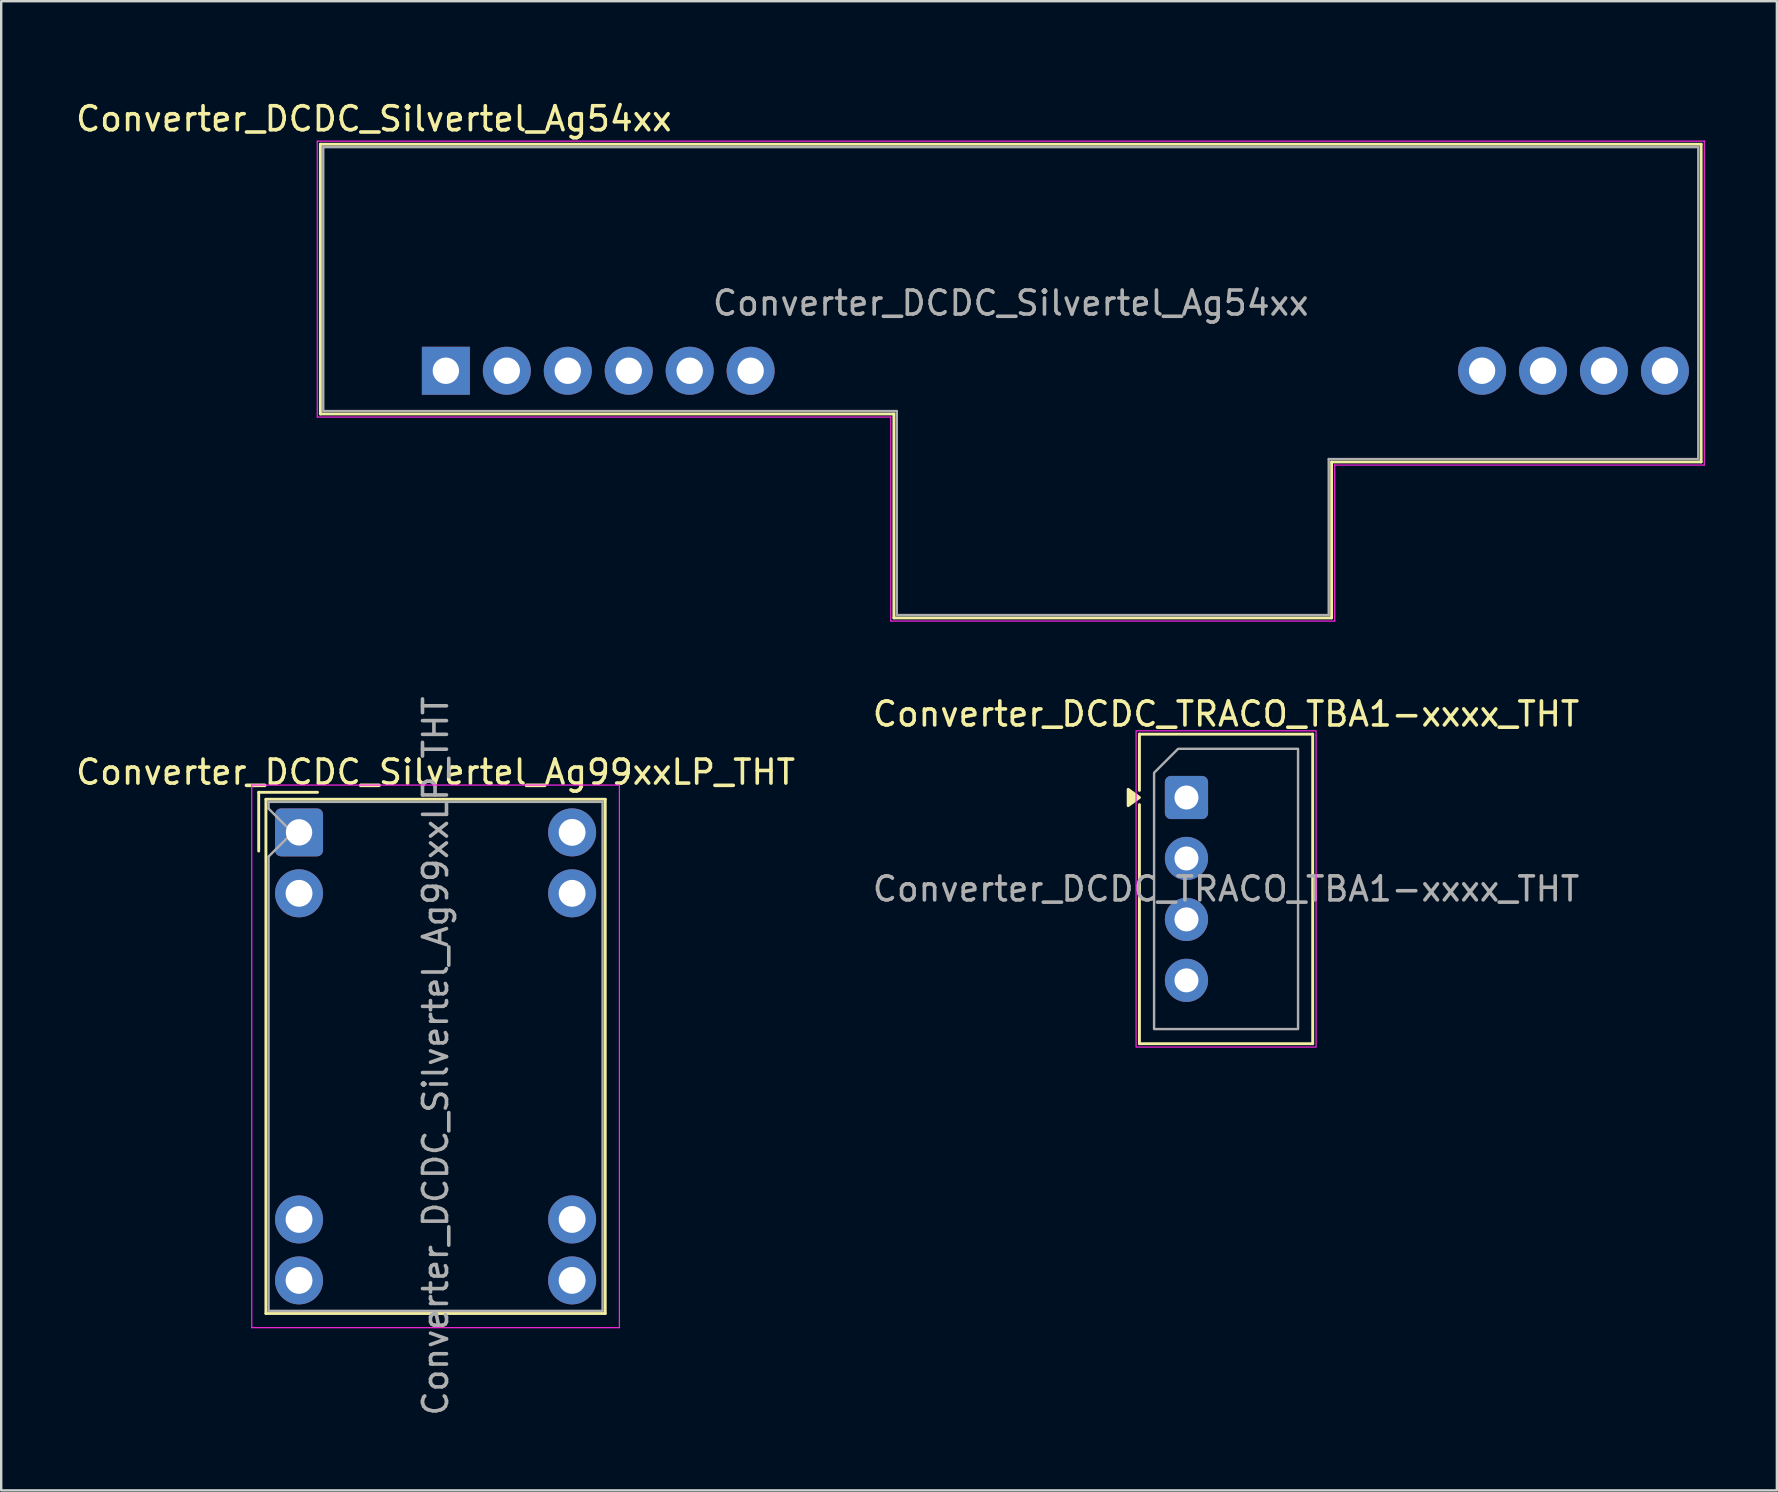
<source format=kicad_pcb>
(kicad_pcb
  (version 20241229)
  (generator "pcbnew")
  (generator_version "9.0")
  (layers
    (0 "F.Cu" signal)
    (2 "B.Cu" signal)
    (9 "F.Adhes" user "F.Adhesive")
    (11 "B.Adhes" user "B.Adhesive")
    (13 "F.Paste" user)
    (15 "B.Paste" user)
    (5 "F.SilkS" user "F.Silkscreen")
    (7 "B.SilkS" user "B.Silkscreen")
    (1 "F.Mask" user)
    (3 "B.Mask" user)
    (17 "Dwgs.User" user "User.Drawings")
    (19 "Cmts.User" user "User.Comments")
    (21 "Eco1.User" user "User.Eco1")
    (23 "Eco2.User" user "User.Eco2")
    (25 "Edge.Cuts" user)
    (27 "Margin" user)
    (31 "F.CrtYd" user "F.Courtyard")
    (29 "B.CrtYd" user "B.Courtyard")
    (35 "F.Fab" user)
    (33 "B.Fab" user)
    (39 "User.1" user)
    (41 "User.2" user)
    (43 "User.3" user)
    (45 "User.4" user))
  (footprint "Converter_DCDC_Silvertel_Ag99xxLP_THT"
    (layer "F.Cu")
    (at 9.411 31.636)
    (property "Reference" "Converter_DCDC_Silvertel_Ag99xxLP_THT" (at 5.69 -2.51 0) (layer "F.SilkS") (effects (font (size 1 1) (thickness 0.15))))
    (attr through_hole)
    (fp_line (start -1.68 -1.67) (end -1.68 0.78) (stroke (width 0.12) (type default)) (layer "F.SilkS"))
    (fp_line (start -1.38 -1.38) (end -1.38 20.05) (stroke (width 0.12) (type solid)) (layer "F.SilkS"))
    (fp_line (start -1.38 -1.38) (end 12.76 -1.38) (stroke (width 0.12) (type solid)) (layer "F.SilkS"))
    (fp_line (start -1.38 20.05) (end 12.76 20.05) (stroke (width 0.12) (type solid)) (layer "F.SilkS"))
    (fp_line (start 0.77 -1.67) (end -1.68 -1.67) (stroke (width 0.12) (type default)) (layer "F.SilkS"))
    (fp_line (start 12.76 -1.38) (end 12.76 20.05) (stroke (width 0.12) (type solid)) (layer "F.SilkS"))
    (fp_line (start -1.97 -1.97) (end -1.97 20.64) (stroke (width 0.05) (type solid)) (layer "F.CrtYd"))
    (fp_line (start -1.97 -1.97) (end 13.35 -1.97) (stroke (width 0.05) (type solid)) (layer "F.CrtYd"))
    (fp_line (start -1.97 20.64) (end 13.35 20.64) (stroke (width 0.05) (type solid)) (layer "F.CrtYd"))
    (fp_line (start 13.35 -1.97) (end 13.35 20.64) (stroke (width 0.05) (type solid)) (layer "F.CrtYd"))
    (fp_line (start -1.31 -1.27) (end 12.65 -1.27) (stroke (width 0.1) (type solid)) (layer "F.Fab"))
    (fp_line (start -1.27 -1.27) (end -1.27 -0.99) (stroke (width 0.1) (type solid)) (layer "F.Fab"))
    (fp_line (start -1.27 -0.99) (end -0.27 0.01) (stroke (width 0.1) (type solid)) (layer "F.Fab"))
    (fp_line (start -1.27 1.01) (end -1.27 19.94) (stroke (width 0.1) (type solid)) (layer "F.Fab"))
    (fp_line (start -1.27 19.94) (end 12.65 19.94) (stroke (width 0.1) (type solid)) (layer "F.Fab"))
    (fp_line (start -0.27 0.01) (end -1.27 1.01) (stroke (width 0.1) (type solid)) (layer "F.Fab"))
    (fp_line (start 12.65 -1.27) (end 12.65 19.94) (stroke (width 0.1) (type solid)) (layer "F.Fab"))
    (fp_text user "${REFERENCE}" (at 5.69 9.32 270) (layer "F.Fab") (effects (font (size 1 1) (thickness 0.15))))
    (pad "1" thru_hole roundrect (at 0 0 270) (size 2 2) (drill 1.1) (layers "*.Cu" "*.Mask") (roundrect_rratio 0.125))
    (pad "2" thru_hole circle (at 0 2.54 270) (size 2 2) (drill 1.12) (layers "*.Cu" "*.Mask"))
    (pad "3" thru_hole circle (at 0 16.13 270) (size 2 2) (drill 1.12) (layers "*.Cu" "*.Mask"))
    (pad "4" thru_hole circle (at 0 18.67 270) (size 2 2) (drill 1.12) (layers "*.Cu" "*.Mask"))
    (pad "5" thru_hole circle (at 11.38 18.67 270) (size 2 2) (drill 1.12) (layers "*.Cu" "*.Mask"))
    (pad "6" thru_hole circle (at 11.38 16.13 270) (size 2 2) (drill 1.12) (layers "*.Cu" "*.Mask"))
    (pad "7" thru_hole circle (at 11.38 2.54 270) (size 2 2) (drill 1.12) (layers "*.Cu" "*.Mask"))
    (pad "8" thru_hole circle (at 11.38 0 270) (size 2 2) (drill 1.12) (layers "*.Cu" "*.Mask"))
    (zone (net_name "") (layers "F.Cu" "Dwgs.User") (name "Underside") (hatch edge 0.5) (connect_pads) (min_thickness 0.25) (filled_areas_thickness no) (keepout (tracks not_allowed) (vias not_allowed) (pads not_allowed) (copperpour not_allowed) (footprints allowed)) (placement (enabled no)) (fill) (polygon (pts (xy 13.431 29.656) (xy 13.431 38.186) (xy 10.121 38.186) (xy 10.121 43.566) (xy 17.231 43.566) (xy 17.231 52.266) (xy 14.231 52.266) (xy 14.231 46.566) (xy 7.121 46.566) (xy 7.121 35.196) (xy 10.431 35.196) (xy 10.431 29.656)))))
  (footprint "Converter_DCDC_TRACO_TBA1-xxxx_THT"
    (layer "F.Cu")
    (at 46.392 30.183)
    (property "Reference" "Converter_DCDC_TRACO_TBA1-xxxx_THT" (at 1.65 -3.48 0) (layer "F.SilkS") (effects (font (size 1 1) (thickness 0.15))))
    (attr through_hole)
    (fp_line (start -1.96 -2.64) (end 5.26 -2.64) (stroke (width 0.12) (type solid)) (layer "F.SilkS"))
    (fp_line (start -1.96 -0.296) (end -1.96 -2.64) (stroke (width 0.12) (type solid)) (layer "F.SilkS"))
    (fp_line (start -1.96 10.26) (end -1.96 0.296) (stroke (width 0.12) (type solid)) (layer "F.SilkS"))
    (fp_line (start 5.26 -2.64) (end 5.26 10.26) (stroke (width 0.12) (type solid)) (layer "F.SilkS"))
    (fp_line (start 5.26 10.26) (end -1.96 10.26) (stroke (width 0.12) (type solid)) (layer "F.SilkS"))
    (fp_poly (pts (xy -1.96 0) (xy -2.43 0.34) (xy -2.43 -0.34)) (stroke (width 0.12) (type solid)) (fill yes) (layer "F.SilkS"))
    (fp_rect (start -2.1 -2.78) (end 5.4 10.4) (stroke (width 0.05) (type solid)) (fill no) (layer "F.CrtYd"))
    (fp_poly (pts (xy -1.35 -1.03) (xy -1.35 9.65) (xy 4.65 9.65) (xy 4.65 -2.03) (xy -0.35 -2.03)) (stroke (width 0.1) (type solid)) (fill no) (layer "F.Fab"))
    (fp_text user "${REFERENCE}" (at 1.65 3.81 0) (layer "F.Fab") (effects (font (size 1 1) (thickness 0.15))))
    (pad "1" thru_hole roundrect (at 0 0) (size 1.8 1.8) (drill 1) (layers "*.Cu" "*.Mask") (roundrect_rratio 0.139))
    (pad "2" thru_hole circle (at 0 2.54) (size 1.8 1.8) (drill 1) (layers "*.Cu" "*.Mask"))
    (pad "3" thru_hole circle (at 0 5.08) (size 1.8 1.8) (drill 1) (layers "*.Cu" "*.Mask"))
    (pad "4" thru_hole circle (at 0 7.62) (size 1.8 1.8) (drill 1) (layers "*.Cu" "*.Mask")))
  (footprint "Converter_DCDC_Silvertel_Ag54xx"
    (layer "F.Cu")
    (at 15.53 12.4)
    (property "Reference" "Converter_DCDC_Silvertel_Ag54xx" (at -3 -10.5 0) (unlocked yes) (layer "F.SilkS") (effects (font (size 1 1) (thickness 0.15))))
    (attr through_hole)
    (fp_line (start -5.23 -9.44) (end -5.23 1.8) (stroke (width 0.12) (type solid)) (layer "F.SilkS"))
    (fp_line (start -5.23 1.8) (end 18.67 1.8) (stroke (width 0.12) (type solid)) (layer "F.SilkS"))
    (fp_line (start 18.67 1.8) (end 18.67 10.3) (stroke (width 0.12) (type solid)) (layer "F.SilkS"))
    (fp_line (start 18.67 10.3) (end 36.91 10.3) (stroke (width 0.12) (type solid)) (layer "F.SilkS"))
    (fp_line (start 36.91 3.8) (end 52.31 3.8) (stroke (width 0.12) (type solid)) (layer "F.SilkS"))
    (fp_line (start 36.91 10.3) (end 36.91 3.8) (stroke (width 0.12) (type solid)) (layer "F.SilkS"))
    (fp_line (start 52.31 -9.44) (end -5.23 -9.44) (stroke (width 0.12) (type solid)) (layer "F.SilkS"))
    (fp_line (start 52.31 3.8) (end 52.31 -9.44) (stroke (width 0.12) (type solid)) (layer "F.SilkS"))
    (fp_line (start -5.36 -9.57) (end -5.36 1.93) (stroke (width 0.05) (type solid)) (layer "F.CrtYd"))
    (fp_line (start -5.36 1.93) (end 18.54 1.93) (stroke (width 0.05) (type solid)) (layer "F.CrtYd"))
    (fp_line (start 18.54 1.93) (end 18.54 10.43) (stroke (width 0.05) (type solid)) (layer "F.CrtYd"))
    (fp_line (start 18.54 10.43) (end 37.04 10.43) (stroke (width 0.05) (type solid)) (layer "F.CrtYd"))
    (fp_line (start 37.04 3.93) (end 52.44 3.93) (stroke (width 0.05) (type solid)) (layer "F.CrtYd"))
    (fp_line (start 37.04 10.43) (end 37.04 3.93) (stroke (width 0.05) (type solid)) (layer "F.CrtYd"))
    (fp_line (start 52.44 -9.57) (end -5.36 -9.57) (stroke (width 0.05) (type solid)) (layer "F.CrtYd"))
    (fp_line (start 52.44 3.93) (end 52.44 -9.57) (stroke (width 0.05) (type solid)) (layer "F.CrtYd"))
    (fp_line (start -5.11 -9.32) (end -5.11 1.68) (stroke (width 0.1) (type solid)) (layer "F.Fab"))
    (fp_line (start -5.11 1.68) (end 18.79 1.68) (stroke (width 0.1) (type solid)) (layer "F.Fab"))
    (fp_line (start 18.79 1.68) (end 18.79 10.18) (stroke (width 0.1) (type solid)) (layer "F.Fab"))
    (fp_line (start 18.79 10.18) (end 36.79 10.18) (stroke (width 0.1) (type solid)) (layer "F.Fab"))
    (fp_line (start 36.79 3.68) (end 52.19 3.68) (stroke (width 0.1) (type solid)) (layer "F.Fab"))
    (fp_line (start 36.79 10.18) (end 36.79 3.68) (stroke (width 0.1) (type solid)) (layer "F.Fab"))
    (fp_line (start 52.19 -9.32) (end -5.11 -9.32) (stroke (width 0.1) (type solid)) (layer "F.Fab"))
    (fp_line (start 52.19 3.68) (end 52.19 -9.32) (stroke (width 0.1) (type solid)) (layer "F.Fab"))
    (fp_text user "${REFERENCE}" (at 23.54 -2.82 0) (unlocked yes) (layer "F.Fab") (effects (font (size 1 1) (thickness 0.15))))
    (pad "1" thru_hole rect (at 0 0) (size 2 2) (drill 1.1) (layers "*.Cu" "*.Mask"))
    (pad "2" thru_hole circle (at 2.54 0) (size 2 2) (drill 1.1) (layers "*.Cu" "*.Mask"))
    (pad "3" thru_hole circle (at 5.08 0) (size 2 2) (drill 1.1) (layers "*.Cu" "*.Mask"))
    (pad "4" thru_hole circle (at 7.62 0) (size 2 2) (drill 1.1) (layers "*.Cu" "*.Mask"))
    (pad "5" thru_hole circle (at 10.16 0) (size 2 2) (drill 1.1) (layers "*.Cu" "*.Mask"))
    (pad "6" thru_hole circle (at 12.7 0) (size 2 2) (drill 1.1) (layers "*.Cu" "*.Mask"))
    (pad "7" thru_hole circle (at 43.18 0) (size 2 2) (drill 1.1) (layers "*.Cu" "*.Mask"))
    (pad "8" thru_hole circle (at 45.72 0) (size 2 2) (drill 1.1) (layers "*.Cu" "*.Mask"))
    (pad "9" thru_hole circle (at 48.26 0) (size 2 2) (drill 1.1) (layers "*.Cu" "*.Mask"))
    (pad "10" thru_hole circle (at 50.8 0) (size 2 2) (drill 1.1) (layers "*.Cu" "*.Mask"))
    (zone (net_name "") (layers "F.Cu" "F.Fab") (name "Isolation_Barrier") (hatch edge 0.508) (connect_pads) (min_thickness 0.254) (filled_areas_thickness no) (keepout (tracks not_allowed) (vias not_allowed) (pads not_allowed) (copperpour not_allowed) (footprints not_allowed)) (placement (enabled no)) (fill) (polygon (pts (xy 57.63 14.1) (xy 29.33 14.1) (xy 29.33 0) (xy 57.63 0)))))
  (gr_rect
    (start -3 -3)
    (end 70.995 59.057)
    (stroke (width 0.1) (type default))
    (fill no)
    (layer "Edge.Cuts")))
</source>
